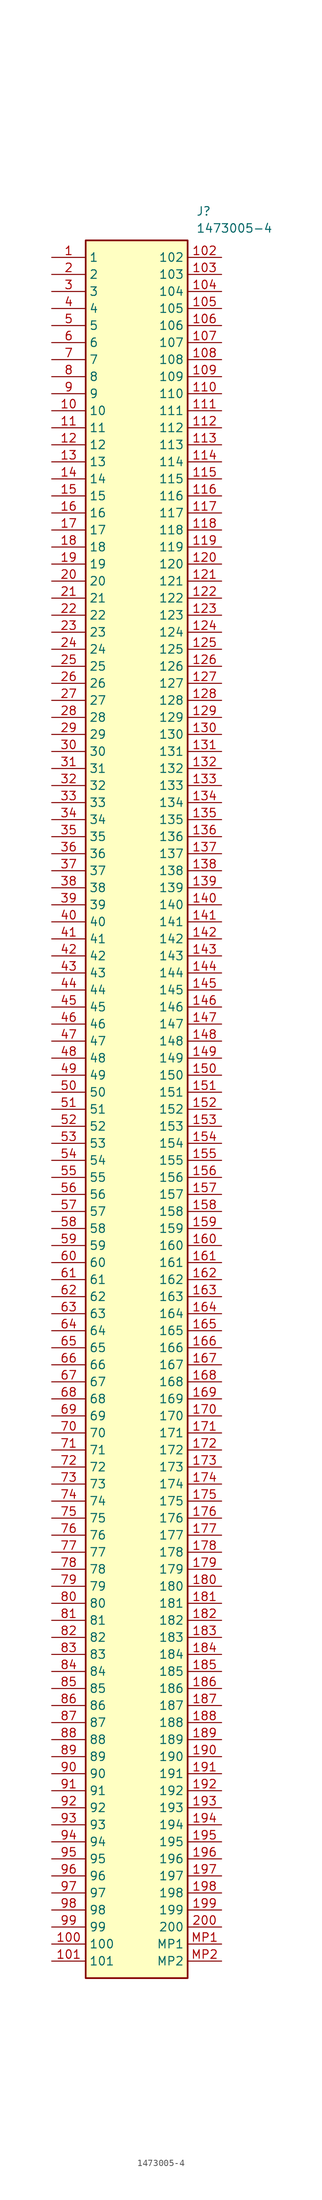
<source format=kicad_sym>
(kicad_symbol_lib
  (version 20211014)
  (generator SamacSys_ECAD_Model)
  (symbol "1473005-4"
    (property "Reference" "J"
      (at 21.59 7.62 0)
      (effects (font (size 1.27 1.27)) (justify left top)))
    (property "Value" "1473005-4"
      (at 21.59 5.08 0)
      (effects (font (size 1.27 1.27)) (justify left top)))
    (rectangle
      (start 5.08 2.54)
      (end 20.32 -256.54)
      (stroke (width 0.254) (type default))
      (fill (type background)))
    (pin passive line
      (at 0 0 0)
      (length 5.08)
      (name "1" (effects (font (size 1.27 1.27))))
      (number "1" (effects (font (size 1.27 1.27)))))
    (pin passive line
      (at 0 -2.54 0)
      (length 5.08)
      (name "2" (effects (font (size 1.27 1.27))))
      (number "2" (effects (font (size 1.27 1.27)))))
    (pin passive line
      (at 0 -5.08 0)
      (length 5.08)
      (name "3" (effects (font (size 1.27 1.27))))
      (number "3" (effects (font (size 1.27 1.27)))))
    (pin passive line
      (at 0 -7.62 0)
      (length 5.08)
      (name "4" (effects (font (size 1.27 1.27))))
      (number "4" (effects (font (size 1.27 1.27)))))
    (pin passive line
      (at 0 -10.16 0)
      (length 5.08)
      (name "5" (effects (font (size 1.27 1.27))))
      (number "5" (effects (font (size 1.27 1.27)))))
    (pin passive line
      (at 0 -12.7 0)
      (length 5.08)
      (name "6" (effects (font (size 1.27 1.27))))
      (number "6" (effects (font (size 1.27 1.27)))))
    (pin passive line
      (at 0 -15.24 0)
      (length 5.08)
      (name "7" (effects (font (size 1.27 1.27))))
      (number "7" (effects (font (size 1.27 1.27)))))
    (pin passive line
      (at 0 -17.78 0)
      (length 5.08)
      (name "8" (effects (font (size 1.27 1.27))))
      (number "8" (effects (font (size 1.27 1.27)))))
    (pin passive line
      (at 0 -20.32 0)
      (length 5.08)
      (name "9" (effects (font (size 1.27 1.27))))
      (number "9" (effects (font (size 1.27 1.27)))))
    (pin passive line
      (at 0 -22.86 0)
      (length 5.08)
      (name "10" (effects (font (size 1.27 1.27))))
      (number "10" (effects (font (size 1.27 1.27)))))
    (pin passive line
      (at 0 -25.4 0)
      (length 5.08)
      (name "11" (effects (font (size 1.27 1.27))))
      (number "11" (effects (font (size 1.27 1.27)))))
    (pin passive line
      (at 0 -27.94 0)
      (length 5.08)
      (name "12" (effects (font (size 1.27 1.27))))
      (number "12" (effects (font (size 1.27 1.27)))))
    (pin passive line
      (at 0 -30.48 0)
      (length 5.08)
      (name "13" (effects (font (size 1.27 1.27))))
      (number "13" (effects (font (size 1.27 1.27)))))
    (pin passive line
      (at 0 -33.02 0)
      (length 5.08)
      (name "14" (effects (font (size 1.27 1.27))))
      (number "14" (effects (font (size 1.27 1.27)))))
    (pin passive line
      (at 0 -35.56 0)
      (length 5.08)
      (name "15" (effects (font (size 1.27 1.27))))
      (number "15" (effects (font (size 1.27 1.27)))))
    (pin passive line
      (at 0 -38.1 0)
      (length 5.08)
      (name "16" (effects (font (size 1.27 1.27))))
      (number "16" (effects (font (size 1.27 1.27)))))
    (pin passive line
      (at 0 -40.64 0)
      (length 5.08)
      (name "17" (effects (font (size 1.27 1.27))))
      (number "17" (effects (font (size 1.27 1.27)))))
    (pin passive line
      (at 0 -43.18 0)
      (length 5.08)
      (name "18" (effects (font (size 1.27 1.27))))
      (number "18" (effects (font (size 1.27 1.27)))))
    (pin passive line
      (at 0 -45.72 0)
      (length 5.08)
      (name "19" (effects (font (size 1.27 1.27))))
      (number "19" (effects (font (size 1.27 1.27)))))
    (pin passive line
      (at 0 -48.26 0)
      (length 5.08)
      (name "20" (effects (font (size 1.27 1.27))))
      (number "20" (effects (font (size 1.27 1.27)))))
    (pin passive line
      (at 0 -50.8 0)
      (length 5.08)
      (name "21" (effects (font (size 1.27 1.27))))
      (number "21" (effects (font (size 1.27 1.27)))))
    (pin passive line
      (at 0 -53.34 0)
      (length 5.08)
      (name "22" (effects (font (size 1.27 1.27))))
      (number "22" (effects (font (size 1.27 1.27)))))
    (pin passive line
      (at 0 -55.88 0)
      (length 5.08)
      (name "23" (effects (font (size 1.27 1.27))))
      (number "23" (effects (font (size 1.27 1.27)))))
    (pin passive line
      (at 0 -58.42 0)
      (length 5.08)
      (name "24" (effects (font (size 1.27 1.27))))
      (number "24" (effects (font (size 1.27 1.27)))))
    (pin passive line
      (at 0 -60.96 0)
      (length 5.08)
      (name "25" (effects (font (size 1.27 1.27))))
      (number "25" (effects (font (size 1.27 1.27)))))
    (pin passive line
      (at 0 -63.5 0)
      (length 5.08)
      (name "26" (effects (font (size 1.27 1.27))))
      (number "26" (effects (font (size 1.27 1.27)))))
    (pin passive line
      (at 0 -66.04 0)
      (length 5.08)
      (name "27" (effects (font (size 1.27 1.27))))
      (number "27" (effects (font (size 1.27 1.27)))))
    (pin passive line
      (at 0 -68.58 0)
      (length 5.08)
      (name "28" (effects (font (size 1.27 1.27))))
      (number "28" (effects (font (size 1.27 1.27)))))
    (pin passive line
      (at 0 -71.12 0)
      (length 5.08)
      (name "29" (effects (font (size 1.27 1.27))))
      (number "29" (effects (font (size 1.27 1.27)))))
    (pin passive line
      (at 0 -73.66 0)
      (length 5.08)
      (name "30" (effects (font (size 1.27 1.27))))
      (number "30" (effects (font (size 1.27 1.27)))))
    (pin passive line
      (at 0 -76.2 0)
      (length 5.08)
      (name "31" (effects (font (size 1.27 1.27))))
      (number "31" (effects (font (size 1.27 1.27)))))
    (pin passive line
      (at 0 -78.74 0)
      (length 5.08)
      (name "32" (effects (font (size 1.27 1.27))))
      (number "32" (effects (font (size 1.27 1.27)))))
    (pin passive line
      (at 0 -81.28 0)
      (length 5.08)
      (name "33" (effects (font (size 1.27 1.27))))
      (number "33" (effects (font (size 1.27 1.27)))))
    (pin passive line
      (at 0 -83.82 0)
      (length 5.08)
      (name "34" (effects (font (size 1.27 1.27))))
      (number "34" (effects (font (size 1.27 1.27)))))
    (pin passive line
      (at 0 -86.36 0)
      (length 5.08)
      (name "35" (effects (font (size 1.27 1.27))))
      (number "35" (effects (font (size 1.27 1.27)))))
    (pin passive line
      (at 0 -88.9 0)
      (length 5.08)
      (name "36" (effects (font (size 1.27 1.27))))
      (number "36" (effects (font (size 1.27 1.27)))))
    (pin passive line
      (at 0 -91.44 0)
      (length 5.08)
      (name "37" (effects (font (size 1.27 1.27))))
      (number "37" (effects (font (size 1.27 1.27)))))
    (pin passive line
      (at 0 -93.98 0)
      (length 5.08)
      (name "38" (effects (font (size 1.27 1.27))))
      (number "38" (effects (font (size 1.27 1.27)))))
    (pin passive line
      (at 0 -96.52 0)
      (length 5.08)
      (name "39" (effects (font (size 1.27 1.27))))
      (number "39" (effects (font (size 1.27 1.27)))))
    (pin passive line
      (at 0 -99.06 0)
      (length 5.08)
      (name "40" (effects (font (size 1.27 1.27))))
      (number "40" (effects (font (size 1.27 1.27)))))
    (pin passive line
      (at 0 -101.6 0)
      (length 5.08)
      (name "41" (effects (font (size 1.27 1.27))))
      (number "41" (effects (font (size 1.27 1.27)))))
    (pin passive line
      (at 0 -104.14 0)
      (length 5.08)
      (name "42" (effects (font (size 1.27 1.27))))
      (number "42" (effects (font (size 1.27 1.27)))))
    (pin passive line
      (at 0 -106.68 0)
      (length 5.08)
      (name "43" (effects (font (size 1.27 1.27))))
      (number "43" (effects (font (size 1.27 1.27)))))
    (pin passive line
      (at 0 -109.22 0)
      (length 5.08)
      (name "44" (effects (font (size 1.27 1.27))))
      (number "44" (effects (font (size 1.27 1.27)))))
    (pin passive line
      (at 0 -111.76 0)
      (length 5.08)
      (name "45" (effects (font (size 1.27 1.27))))
      (number "45" (effects (font (size 1.27 1.27)))))
    (pin passive line
      (at 0 -114.3 0)
      (length 5.08)
      (name "46" (effects (font (size 1.27 1.27))))
      (number "46" (effects (font (size 1.27 1.27)))))
    (pin passive line
      (at 0 -116.84 0)
      (length 5.08)
      (name "47" (effects (font (size 1.27 1.27))))
      (number "47" (effects (font (size 1.27 1.27)))))
    (pin passive line
      (at 0 -119.38 0)
      (length 5.08)
      (name "48" (effects (font (size 1.27 1.27))))
      (number "48" (effects (font (size 1.27 1.27)))))
    (pin passive line
      (at 0 -121.92 0)
      (length 5.08)
      (name "49" (effects (font (size 1.27 1.27))))
      (number "49" (effects (font (size 1.27 1.27)))))
    (pin passive line
      (at 0 -124.46 0)
      (length 5.08)
      (name "50" (effects (font (size 1.27 1.27))))
      (number "50" (effects (font (size 1.27 1.27)))))
    (pin passive line
      (at 0 -127 0)
      (length 5.08)
      (name "51" (effects (font (size 1.27 1.27))))
      (number "51" (effects (font (size 1.27 1.27)))))
    (pin passive line
      (at 0 -129.54 0)
      (length 5.08)
      (name "52" (effects (font (size 1.27 1.27))))
      (number "52" (effects (font (size 1.27 1.27)))))
    (pin passive line
      (at 0 -132.08 0)
      (length 5.08)
      (name "53" (effects (font (size 1.27 1.27))))
      (number "53" (effects (font (size 1.27 1.27)))))
    (pin passive line
      (at 0 -134.62 0)
      (length 5.08)
      (name "54" (effects (font (size 1.27 1.27))))
      (number "54" (effects (font (size 1.27 1.27)))))
    (pin passive line
      (at 0 -137.16 0)
      (length 5.08)
      (name "55" (effects (font (size 1.27 1.27))))
      (number "55" (effects (font (size 1.27 1.27)))))
    (pin passive line
      (at 0 -139.7 0)
      (length 5.08)
      (name "56" (effects (font (size 1.27 1.27))))
      (number "56" (effects (font (size 1.27 1.27)))))
    (pin passive line
      (at 0 -142.24 0)
      (length 5.08)
      (name "57" (effects (font (size 1.27 1.27))))
      (number "57" (effects (font (size 1.27 1.27)))))
    (pin passive line
      (at 0 -144.78 0)
      (length 5.08)
      (name "58" (effects (font (size 1.27 1.27))))
      (number "58" (effects (font (size 1.27 1.27)))))
    (pin passive line
      (at 0 -147.32 0)
      (length 5.08)
      (name "59" (effects (font (size 1.27 1.27))))
      (number "59" (effects (font (size 1.27 1.27)))))
    (pin passive line
      (at 0 -149.86 0)
      (length 5.08)
      (name "60" (effects (font (size 1.27 1.27))))
      (number "60" (effects (font (size 1.27 1.27)))))
    (pin passive line
      (at 0 -152.4 0)
      (length 5.08)
      (name "61" (effects (font (size 1.27 1.27))))
      (number "61" (effects (font (size 1.27 1.27)))))
    (pin passive line
      (at 0 -154.94 0)
      (length 5.08)
      (name "62" (effects (font (size 1.27 1.27))))
      (number "62" (effects (font (size 1.27 1.27)))))
    (pin passive line
      (at 0 -157.48 0)
      (length 5.08)
      (name "63" (effects (font (size 1.27 1.27))))
      (number "63" (effects (font (size 1.27 1.27)))))
    (pin passive line
      (at 0 -160.02 0)
      (length 5.08)
      (name "64" (effects (font (size 1.27 1.27))))
      (number "64" (effects (font (size 1.27 1.27)))))
    (pin passive line
      (at 0 -162.56 0)
      (length 5.08)
      (name "65" (effects (font (size 1.27 1.27))))
      (number "65" (effects (font (size 1.27 1.27)))))
    (pin passive line
      (at 0 -165.1 0)
      (length 5.08)
      (name "66" (effects (font (size 1.27 1.27))))
      (number "66" (effects (font (size 1.27 1.27)))))
    (pin passive line
      (at 0 -167.64 0)
      (length 5.08)
      (name "67" (effects (font (size 1.27 1.27))))
      (number "67" (effects (font (size 1.27 1.27)))))
    (pin passive line
      (at 0 -170.18 0)
      (length 5.08)
      (name "68" (effects (font (size 1.27 1.27))))
      (number "68" (effects (font (size 1.27 1.27)))))
    (pin passive line
      (at 0 -172.72 0)
      (length 5.08)
      (name "69" (effects (font (size 1.27 1.27))))
      (number "69" (effects (font (size 1.27 1.27)))))
    (pin passive line
      (at 0 -175.26 0)
      (length 5.08)
      (name "70" (effects (font (size 1.27 1.27))))
      (number "70" (effects (font (size 1.27 1.27)))))
    (pin passive line
      (at 0 -177.8 0)
      (length 5.08)
      (name "71" (effects (font (size 1.27 1.27))))
      (number "71" (effects (font (size 1.27 1.27)))))
    (pin passive line
      (at 0 -180.34 0)
      (length 5.08)
      (name "72" (effects (font (size 1.27 1.27))))
      (number "72" (effects (font (size 1.27 1.27)))))
    (pin passive line
      (at 0 -182.88 0)
      (length 5.08)
      (name "73" (effects (font (size 1.27 1.27))))
      (number "73" (effects (font (size 1.27 1.27)))))
    (pin passive line
      (at 0 -185.42 0)
      (length 5.08)
      (name "74" (effects (font (size 1.27 1.27))))
      (number "74" (effects (font (size 1.27 1.27)))))
    (pin passive line
      (at 0 -187.96 0)
      (length 5.08)
      (name "75" (effects (font (size 1.27 1.27))))
      (number "75" (effects (font (size 1.27 1.27)))))
    (pin passive line
      (at 0 -190.5 0)
      (length 5.08)
      (name "76" (effects (font (size 1.27 1.27))))
      (number "76" (effects (font (size 1.27 1.27)))))
    (pin passive line
      (at 0 -193.04 0)
      (length 5.08)
      (name "77" (effects (font (size 1.27 1.27))))
      (number "77" (effects (font (size 1.27 1.27)))))
    (pin passive line
      (at 0 -195.58 0)
      (length 5.08)
      (name "78" (effects (font (size 1.27 1.27))))
      (number "78" (effects (font (size 1.27 1.27)))))
    (pin passive line
      (at 0 -198.12 0)
      (length 5.08)
      (name "79" (effects (font (size 1.27 1.27))))
      (number "79" (effects (font (size 1.27 1.27)))))
    (pin passive line
      (at 0 -200.66 0)
      (length 5.08)
      (name "80" (effects (font (size 1.27 1.27))))
      (number "80" (effects (font (size 1.27 1.27)))))
    (pin passive line
      (at 0 -203.2 0)
      (length 5.08)
      (name "81" (effects (font (size 1.27 1.27))))
      (number "81" (effects (font (size 1.27 1.27)))))
    (pin passive line
      (at 0 -205.74 0)
      (length 5.08)
      (name "82" (effects (font (size 1.27 1.27))))
      (number "82" (effects (font (size 1.27 1.27)))))
    (pin passive line
      (at 0 -208.28 0)
      (length 5.08)
      (name "83" (effects (font (size 1.27 1.27))))
      (number "83" (effects (font (size 1.27 1.27)))))
    (pin passive line
      (at 0 -210.82 0)
      (length 5.08)
      (name "84" (effects (font (size 1.27 1.27))))
      (number "84" (effects (font (size 1.27 1.27)))))
    (pin passive line
      (at 0 -213.36 0)
      (length 5.08)
      (name "85" (effects (font (size 1.27 1.27))))
      (number "85" (effects (font (size 1.27 1.27)))))
    (pin passive line
      (at 0 -215.9 0)
      (length 5.08)
      (name "86" (effects (font (size 1.27 1.27))))
      (number "86" (effects (font (size 1.27 1.27)))))
    (pin passive line
      (at 0 -218.44 0)
      (length 5.08)
      (name "87" (effects (font (size 1.27 1.27))))
      (number "87" (effects (font (size 1.27 1.27)))))
    (pin passive line
      (at 0 -220.98 0)
      (length 5.08)
      (name "88" (effects (font (size 1.27 1.27))))
      (number "88" (effects (font (size 1.27 1.27)))))
    (pin passive line
      (at 0 -223.52 0)
      (length 5.08)
      (name "89" (effects (font (size 1.27 1.27))))
      (number "89" (effects (font (size 1.27 1.27)))))
    (pin passive line
      (at 0 -226.06 0)
      (length 5.08)
      (name "90" (effects (font (size 1.27 1.27))))
      (number "90" (effects (font (size 1.27 1.27)))))
    (pin passive line
      (at 0 -228.6 0)
      (length 5.08)
      (name "91" (effects (font (size 1.27 1.27))))
      (number "91" (effects (font (size 1.27 1.27)))))
    (pin passive line
      (at 0 -231.14 0)
      (length 5.08)
      (name "92" (effects (font (size 1.27 1.27))))
      (number "92" (effects (font (size 1.27 1.27)))))
    (pin passive line
      (at 0 -233.68 0)
      (length 5.08)
      (name "93" (effects (font (size 1.27 1.27))))
      (number "93" (effects (font (size 1.27 1.27)))))
    (pin passive line
      (at 0 -236.22 0)
      (length 5.08)
      (name "94" (effects (font (size 1.27 1.27))))
      (number "94" (effects (font (size 1.27 1.27)))))
    (pin passive line
      (at 0 -238.76 0)
      (length 5.08)
      (name "95" (effects (font (size 1.27 1.27))))
      (number "95" (effects (font (size 1.27 1.27)))))
    (pin passive line
      (at 0 -241.3 0)
      (length 5.08)
      (name "96" (effects (font (size 1.27 1.27))))
      (number "96" (effects (font (size 1.27 1.27)))))
    (pin passive line
      (at 0 -243.84 0)
      (length 5.08)
      (name "97" (effects (font (size 1.27 1.27))))
      (number "97" (effects (font (size 1.27 1.27)))))
    (pin passive line
      (at 0 -246.38 0)
      (length 5.08)
      (name "98" (effects (font (size 1.27 1.27))))
      (number "98" (effects (font (size 1.27 1.27)))))
    (pin passive line
      (at 0 -248.92 0)
      (length 5.08)
      (name "99" (effects (font (size 1.27 1.27))))
      (number "99" (effects (font (size 1.27 1.27)))))
    (pin passive line
      (at 0 -251.46 0)
      (length 5.08)
      (name "100" (effects (font (size 1.27 1.27))))
      (number "100" (effects (font (size 1.27 1.27)))))
    (pin passive line
      (at 0 -254 0)
      (length 5.08)
      (name "101" (effects (font (size 1.27 1.27))))
      (number "101" (effects (font (size 1.27 1.27)))))
    (pin passive line
      (at 25.4 0 180)
      (length 5.08)
      (name "102" (effects (font (size 1.27 1.27))))
      (number "102" (effects (font (size 1.27 1.27)))))
    (pin passive line
      (at 25.4 -2.54 180)
      (length 5.08)
      (name "103" (effects (font (size 1.27 1.27))))
      (number "103" (effects (font (size 1.27 1.27)))))
    (pin passive line
      (at 25.4 -5.08 180)
      (length 5.08)
      (name "104" (effects (font (size 1.27 1.27))))
      (number "104" (effects (font (size 1.27 1.27)))))
    (pin passive line
      (at 25.4 -7.62 180)
      (length 5.08)
      (name "105" (effects (font (size 1.27 1.27))))
      (number "105" (effects (font (size 1.27 1.27)))))
    (pin passive line
      (at 25.4 -10.16 180)
      (length 5.08)
      (name "106" (effects (font (size 1.27 1.27))))
      (number "106" (effects (font (size 1.27 1.27)))))
    (pin passive line
      (at 25.4 -12.7 180)
      (length 5.08)
      (name "107" (effects (font (size 1.27 1.27))))
      (number "107" (effects (font (size 1.27 1.27)))))
    (pin passive line
      (at 25.4 -15.24 180)
      (length 5.08)
      (name "108" (effects (font (size 1.27 1.27))))
      (number "108" (effects (font (size 1.27 1.27)))))
    (pin passive line
      (at 25.4 -17.78 180)
      (length 5.08)
      (name "109" (effects (font (size 1.27 1.27))))
      (number "109" (effects (font (size 1.27 1.27)))))
    (pin passive line
      (at 25.4 -20.32 180)
      (length 5.08)
      (name "110" (effects (font (size 1.27 1.27))))
      (number "110" (effects (font (size 1.27 1.27)))))
    (pin passive line
      (at 25.4 -22.86 180)
      (length 5.08)
      (name "111" (effects (font (size 1.27 1.27))))
      (number "111" (effects (font (size 1.27 1.27)))))
    (pin passive line
      (at 25.4 -25.4 180)
      (length 5.08)
      (name "112" (effects (font (size 1.27 1.27))))
      (number "112" (effects (font (size 1.27 1.27)))))
    (pin passive line
      (at 25.4 -27.94 180)
      (length 5.08)
      (name "113" (effects (font (size 1.27 1.27))))
      (number "113" (effects (font (size 1.27 1.27)))))
    (pin passive line
      (at 25.4 -30.48 180)
      (length 5.08)
      (name "114" (effects (font (size 1.27 1.27))))
      (number "114" (effects (font (size 1.27 1.27)))))
    (pin passive line
      (at 25.4 -33.02 180)
      (length 5.08)
      (name "115" (effects (font (size 1.27 1.27))))
      (number "115" (effects (font (size 1.27 1.27)))))
    (pin passive line
      (at 25.4 -35.56 180)
      (length 5.08)
      (name "116" (effects (font (size 1.27 1.27))))
      (number "116" (effects (font (size 1.27 1.27)))))
    (pin passive line
      (at 25.4 -38.1 180)
      (length 5.08)
      (name "117" (effects (font (size 1.27 1.27))))
      (number "117" (effects (font (size 1.27 1.27)))))
    (pin passive line
      (at 25.4 -40.64 180)
      (length 5.08)
      (name "118" (effects (font (size 1.27 1.27))))
      (number "118" (effects (font (size 1.27 1.27)))))
    (pin passive line
      (at 25.4 -43.18 180)
      (length 5.08)
      (name "119" (effects (font (size 1.27 1.27))))
      (number "119" (effects (font (size 1.27 1.27)))))
    (pin passive line
      (at 25.4 -45.72 180)
      (length 5.08)
      (name "120" (effects (font (size 1.27 1.27))))
      (number "120" (effects (font (size 1.27 1.27)))))
    (pin passive line
      (at 25.4 -48.26 180)
      (length 5.08)
      (name "121" (effects (font (size 1.27 1.27))))
      (number "121" (effects (font (size 1.27 1.27)))))
    (pin passive line
      (at 25.4 -50.8 180)
      (length 5.08)
      (name "122" (effects (font (size 1.27 1.27))))
      (number "122" (effects (font (size 1.27 1.27)))))
    (pin passive line
      (at 25.4 -53.34 180)
      (length 5.08)
      (name "123" (effects (font (size 1.27 1.27))))
      (number "123" (effects (font (size 1.27 1.27)))))
    (pin passive line
      (at 25.4 -55.88 180)
      (length 5.08)
      (name "124" (effects (font (size 1.27 1.27))))
      (number "124" (effects (font (size 1.27 1.27)))))
    (pin passive line
      (at 25.4 -58.42 180)
      (length 5.08)
      (name "125" (effects (font (size 1.27 1.27))))
      (number "125" (effects (font (size 1.27 1.27)))))
    (pin passive line
      (at 25.4 -60.96 180)
      (length 5.08)
      (name "126" (effects (font (size 1.27 1.27))))
      (number "126" (effects (font (size 1.27 1.27)))))
    (pin passive line
      (at 25.4 -63.5 180)
      (length 5.08)
      (name "127" (effects (font (size 1.27 1.27))))
      (number "127" (effects (font (size 1.27 1.27)))))
    (pin passive line
      (at 25.4 -66.04 180)
      (length 5.08)
      (name "128" (effects (font (size 1.27 1.27))))
      (number "128" (effects (font (size 1.27 1.27)))))
    (pin passive line
      (at 25.4 -68.58 180)
      (length 5.08)
      (name "129" (effects (font (size 1.27 1.27))))
      (number "129" (effects (font (size 1.27 1.27)))))
    (pin passive line
      (at 25.4 -71.12 180)
      (length 5.08)
      (name "130" (effects (font (size 1.27 1.27))))
      (number "130" (effects (font (size 1.27 1.27)))))
    (pin passive line
      (at 25.4 -73.66 180)
      (length 5.08)
      (name "131" (effects (font (size 1.27 1.27))))
      (number "131" (effects (font (size 1.27 1.27)))))
    (pin passive line
      (at 25.4 -76.2 180)
      (length 5.08)
      (name "132" (effects (font (size 1.27 1.27))))
      (number "132" (effects (font (size 1.27 1.27)))))
    (pin passive line
      (at 25.4 -78.74 180)
      (length 5.08)
      (name "133" (effects (font (size 1.27 1.27))))
      (number "133" (effects (font (size 1.27 1.27)))))
    (pin passive line
      (at 25.4 -81.28 180)
      (length 5.08)
      (name "134" (effects (font (size 1.27 1.27))))
      (number "134" (effects (font (size 1.27 1.27)))))
    (pin passive line
      (at 25.4 -83.82 180)
      (length 5.08)
      (name "135" (effects (font (size 1.27 1.27))))
      (number "135" (effects (font (size 1.27 1.27)))))
    (pin passive line
      (at 25.4 -86.36 180)
      (length 5.08)
      (name "136" (effects (font (size 1.27 1.27))))
      (number "136" (effects (font (size 1.27 1.27)))))
    (pin passive line
      (at 25.4 -88.9 180)
      (length 5.08)
      (name "137" (effects (font (size 1.27 1.27))))
      (number "137" (effects (font (size 1.27 1.27)))))
    (pin passive line
      (at 25.4 -91.44 180)
      (length 5.08)
      (name "138" (effects (font (size 1.27 1.27))))
      (number "138" (effects (font (size 1.27 1.27)))))
    (pin passive line
      (at 25.4 -93.98 180)
      (length 5.08)
      (name "139" (effects (font (size 1.27 1.27))))
      (number "139" (effects (font (size 1.27 1.27)))))
    (pin passive line
      (at 25.4 -96.52 180)
      (length 5.08)
      (name "140" (effects (font (size 1.27 1.27))))
      (number "140" (effects (font (size 1.27 1.27)))))
    (pin passive line
      (at 25.4 -99.06 180)
      (length 5.08)
      (name "141" (effects (font (size 1.27 1.27))))
      (number "141" (effects (font (size 1.27 1.27)))))
    (pin passive line
      (at 25.4 -101.6 180)
      (length 5.08)
      (name "142" (effects (font (size 1.27 1.27))))
      (number "142" (effects (font (size 1.27 1.27)))))
    (pin passive line
      (at 25.4 -104.14 180)
      (length 5.08)
      (name "143" (effects (font (size 1.27 1.27))))
      (number "143" (effects (font (size 1.27 1.27)))))
    (pin passive line
      (at 25.4 -106.68 180)
      (length 5.08)
      (name "144" (effects (font (size 1.27 1.27))))
      (number "144" (effects (font (size 1.27 1.27)))))
    (pin passive line
      (at 25.4 -109.22 180)
      (length 5.08)
      (name "145" (effects (font (size 1.27 1.27))))
      (number "145" (effects (font (size 1.27 1.27)))))
    (pin passive line
      (at 25.4 -111.76 180)
      (length 5.08)
      (name "146" (effects (font (size 1.27 1.27))))
      (number "146" (effects (font (size 1.27 1.27)))))
    (pin passive line
      (at 25.4 -114.3 180)
      (length 5.08)
      (name "147" (effects (font (size 1.27 1.27))))
      (number "147" (effects (font (size 1.27 1.27)))))
    (pin passive line
      (at 25.4 -116.84 180)
      (length 5.08)
      (name "148" (effects (font (size 1.27 1.27))))
      (number "148" (effects (font (size 1.27 1.27)))))
    (pin passive line
      (at 25.4 -119.38 180)
      (length 5.08)
      (name "149" (effects (font (size 1.27 1.27))))
      (number "149" (effects (font (size 1.27 1.27)))))
    (pin passive line
      (at 25.4 -121.92 180)
      (length 5.08)
      (name "150" (effects (font (size 1.27 1.27))))
      (number "150" (effects (font (size 1.27 1.27)))))
    (pin passive line
      (at 25.4 -124.46 180)
      (length 5.08)
      (name "151" (effects (font (size 1.27 1.27))))
      (number "151" (effects (font (size 1.27 1.27)))))
    (pin passive line
      (at 25.4 -127 180)
      (length 5.08)
      (name "152" (effects (font (size 1.27 1.27))))
      (number "152" (effects (font (size 1.27 1.27)))))
    (pin passive line
      (at 25.4 -129.54 180)
      (length 5.08)
      (name "153" (effects (font (size 1.27 1.27))))
      (number "153" (effects (font (size 1.27 1.27)))))
    (pin passive line
      (at 25.4 -132.08 180)
      (length 5.08)
      (name "154" (effects (font (size 1.27 1.27))))
      (number "154" (effects (font (size 1.27 1.27)))))
    (pin passive line
      (at 25.4 -134.62 180)
      (length 5.08)
      (name "155" (effects (font (size 1.27 1.27))))
      (number "155" (effects (font (size 1.27 1.27)))))
    (pin passive line
      (at 25.4 -137.16 180)
      (length 5.08)
      (name "156" (effects (font (size 1.27 1.27))))
      (number "156" (effects (font (size 1.27 1.27)))))
    (pin passive line
      (at 25.4 -139.7 180)
      (length 5.08)
      (name "157" (effects (font (size 1.27 1.27))))
      (number "157" (effects (font (size 1.27 1.27)))))
    (pin passive line
      (at 25.4 -142.24 180)
      (length 5.08)
      (name "158" (effects (font (size 1.27 1.27))))
      (number "158" (effects (font (size 1.27 1.27)))))
    (pin passive line
      (at 25.4 -144.78 180)
      (length 5.08)
      (name "159" (effects (font (size 1.27 1.27))))
      (number "159" (effects (font (size 1.27 1.27)))))
    (pin passive line
      (at 25.4 -147.32 180)
      (length 5.08)
      (name "160" (effects (font (size 1.27 1.27))))
      (number "160" (effects (font (size 1.27 1.27)))))
    (pin passive line
      (at 25.4 -149.86 180)
      (length 5.08)
      (name "161" (effects (font (size 1.27 1.27))))
      (number "161" (effects (font (size 1.27 1.27)))))
    (pin passive line
      (at 25.4 -152.4 180)
      (length 5.08)
      (name "162" (effects (font (size 1.27 1.27))))
      (number "162" (effects (font (size 1.27 1.27)))))
    (pin passive line
      (at 25.4 -154.94 180)
      (length 5.08)
      (name "163" (effects (font (size 1.27 1.27))))
      (number "163" (effects (font (size 1.27 1.27)))))
    (pin passive line
      (at 25.4 -157.48 180)
      (length 5.08)
      (name "164" (effects (font (size 1.27 1.27))))
      (number "164" (effects (font (size 1.27 1.27)))))
    (pin passive line
      (at 25.4 -160.02 180)
      (length 5.08)
      (name "165" (effects (font (size 1.27 1.27))))
      (number "165" (effects (font (size 1.27 1.27)))))
    (pin passive line
      (at 25.4 -162.56 180)
      (length 5.08)
      (name "166" (effects (font (size 1.27 1.27))))
      (number "166" (effects (font (size 1.27 1.27)))))
    (pin passive line
      (at 25.4 -165.1 180)
      (length 5.08)
      (name "167" (effects (font (size 1.27 1.27))))
      (number "167" (effects (font (size 1.27 1.27)))))
    (pin passive line
      (at 25.4 -167.64 180)
      (length 5.08)
      (name "168" (effects (font (size 1.27 1.27))))
      (number "168" (effects (font (size 1.27 1.27)))))
    (pin passive line
      (at 25.4 -170.18 180)
      (length 5.08)
      (name "169" (effects (font (size 1.27 1.27))))
      (number "169" (effects (font (size 1.27 1.27)))))
    (pin passive line
      (at 25.4 -172.72 180)
      (length 5.08)
      (name "170" (effects (font (size 1.27 1.27))))
      (number "170" (effects (font (size 1.27 1.27)))))
    (pin passive line
      (at 25.4 -175.26 180)
      (length 5.08)
      (name "171" (effects (font (size 1.27 1.27))))
      (number "171" (effects (font (size 1.27 1.27)))))
    (pin passive line
      (at 25.4 -177.8 180)
      (length 5.08)
      (name "172" (effects (font (size 1.27 1.27))))
      (number "172" (effects (font (size 1.27 1.27)))))
    (pin passive line
      (at 25.4 -180.34 180)
      (length 5.08)
      (name "173" (effects (font (size 1.27 1.27))))
      (number "173" (effects (font (size 1.27 1.27)))))
    (pin passive line
      (at 25.4 -182.88 180)
      (length 5.08)
      (name "174" (effects (font (size 1.27 1.27))))
      (number "174" (effects (font (size 1.27 1.27)))))
    (pin passive line
      (at 25.4 -185.42 180)
      (length 5.08)
      (name "175" (effects (font (size 1.27 1.27))))
      (number "175" (effects (font (size 1.27 1.27)))))
    (pin passive line
      (at 25.4 -187.96 180)
      (length 5.08)
      (name "176" (effects (font (size 1.27 1.27))))
      (number "176" (effects (font (size 1.27 1.27)))))
    (pin passive line
      (at 25.4 -190.5 180)
      (length 5.08)
      (name "177" (effects (font (size 1.27 1.27))))
      (number "177" (effects (font (size 1.27 1.27)))))
    (pin passive line
      (at 25.4 -193.04 180)
      (length 5.08)
      (name "178" (effects (font (size 1.27 1.27))))
      (number "178" (effects (font (size 1.27 1.27)))))
    (pin passive line
      (at 25.4 -195.58 180)
      (length 5.08)
      (name "179" (effects (font (size 1.27 1.27))))
      (number "179" (effects (font (size 1.27 1.27)))))
    (pin passive line
      (at 25.4 -198.12 180)
      (length 5.08)
      (name "180" (effects (font (size 1.27 1.27))))
      (number "180" (effects (font (size 1.27 1.27)))))
    (pin passive line
      (at 25.4 -200.66 180)
      (length 5.08)
      (name "181" (effects (font (size 1.27 1.27))))
      (number "181" (effects (font (size 1.27 1.27)))))
    (pin passive line
      (at 25.4 -203.2 180)
      (length 5.08)
      (name "182" (effects (font (size 1.27 1.27))))
      (number "182" (effects (font (size 1.27 1.27)))))
    (pin passive line
      (at 25.4 -205.74 180)
      (length 5.08)
      (name "183" (effects (font (size 1.27 1.27))))
      (number "183" (effects (font (size 1.27 1.27)))))
    (pin passive line
      (at 25.4 -208.28 180)
      (length 5.08)
      (name "184" (effects (font (size 1.27 1.27))))
      (number "184" (effects (font (size 1.27 1.27)))))
    (pin passive line
      (at 25.4 -210.82 180)
      (length 5.08)
      (name "185" (effects (font (size 1.27 1.27))))
      (number "185" (effects (font (size 1.27 1.27)))))
    (pin passive line
      (at 25.4 -213.36 180)
      (length 5.08)
      (name "186" (effects (font (size 1.27 1.27))))
      (number "186" (effects (font (size 1.27 1.27)))))
    (pin passive line
      (at 25.4 -215.9 180)
      (length 5.08)
      (name "187" (effects (font (size 1.27 1.27))))
      (number "187" (effects (font (size 1.27 1.27)))))
    (pin passive line
      (at 25.4 -218.44 180)
      (length 5.08)
      (name "188" (effects (font (size 1.27 1.27))))
      (number "188" (effects (font (size 1.27 1.27)))))
    (pin passive line
      (at 25.4 -220.98 180)
      (length 5.08)
      (name "189" (effects (font (size 1.27 1.27))))
      (number "189" (effects (font (size 1.27 1.27)))))
    (pin passive line
      (at 25.4 -223.52 180)
      (length 5.08)
      (name "190" (effects (font (size 1.27 1.27))))
      (number "190" (effects (font (size 1.27 1.27)))))
    (pin passive line
      (at 25.4 -226.06 180)
      (length 5.08)
      (name "191" (effects (font (size 1.27 1.27))))
      (number "191" (effects (font (size 1.27 1.27)))))
    (pin passive line
      (at 25.4 -228.6 180)
      (length 5.08)
      (name "192" (effects (font (size 1.27 1.27))))
      (number "192" (effects (font (size 1.27 1.27)))))
    (pin passive line
      (at 25.4 -231.14 180)
      (length 5.08)
      (name "193" (effects (font (size 1.27 1.27))))
      (number "193" (effects (font (size 1.27 1.27)))))
    (pin passive line
      (at 25.4 -233.68 180)
      (length 5.08)
      (name "194" (effects (font (size 1.27 1.27))))
      (number "194" (effects (font (size 1.27 1.27)))))
    (pin passive line
      (at 25.4 -236.22 180)
      (length 5.08)
      (name "195" (effects (font (size 1.27 1.27))))
      (number "195" (effects (font (size 1.27 1.27)))))
    (pin passive line
      (at 25.4 -238.76 180)
      (length 5.08)
      (name "196" (effects (font (size 1.27 1.27))))
      (number "196" (effects (font (size 1.27 1.27)))))
    (pin passive line
      (at 25.4 -241.3 180)
      (length 5.08)
      (name "197" (effects (font (size 1.27 1.27))))
      (number "197" (effects (font (size 1.27 1.27)))))
    (pin passive line
      (at 25.4 -243.84 180)
      (length 5.08)
      (name "198" (effects (font (size 1.27 1.27))))
      (number "198" (effects (font (size 1.27 1.27)))))
    (pin passive line
      (at 25.4 -246.38 180)
      (length 5.08)
      (name "199" (effects (font (size 1.27 1.27))))
      (number "199" (effects (font (size 1.27 1.27)))))
    (pin passive line
      (at 25.4 -248.92 180)
      (length 5.08)
      (name "200" (effects (font (size 1.27 1.27))))
      (number "200" (effects (font (size 1.27 1.27)))))
    (pin passive line
      (at 25.4 -251.46 180)
      (length 5.08)
      (name "MP1" (effects (font (size 1.27 1.27))))
      (number "MP1" (effects (font (size 1.27 1.27)))))
    (pin passive line
      (at 25.4 -254 180)
      (length 5.08)
      (name "MP2" (effects (font (size 1.27 1.27))))
      (number "MP2" (effects (font (size 1.27 1.27)))))))
</source>
